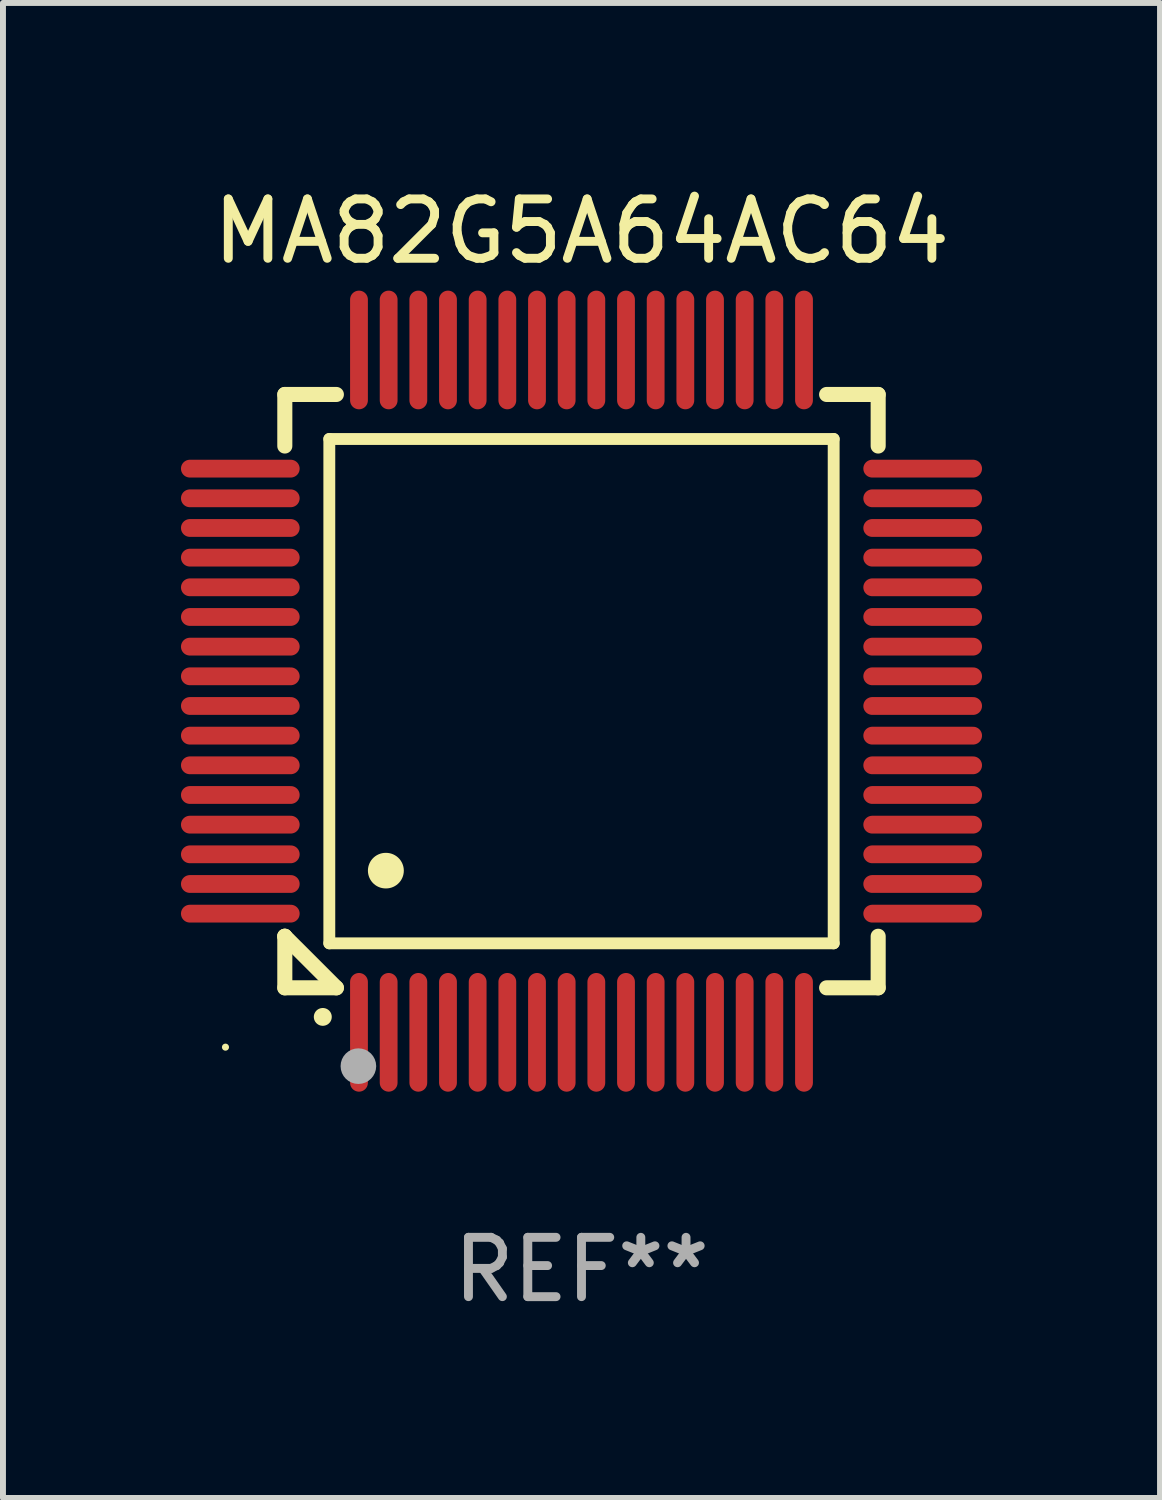
<source format=kicad_pcb>
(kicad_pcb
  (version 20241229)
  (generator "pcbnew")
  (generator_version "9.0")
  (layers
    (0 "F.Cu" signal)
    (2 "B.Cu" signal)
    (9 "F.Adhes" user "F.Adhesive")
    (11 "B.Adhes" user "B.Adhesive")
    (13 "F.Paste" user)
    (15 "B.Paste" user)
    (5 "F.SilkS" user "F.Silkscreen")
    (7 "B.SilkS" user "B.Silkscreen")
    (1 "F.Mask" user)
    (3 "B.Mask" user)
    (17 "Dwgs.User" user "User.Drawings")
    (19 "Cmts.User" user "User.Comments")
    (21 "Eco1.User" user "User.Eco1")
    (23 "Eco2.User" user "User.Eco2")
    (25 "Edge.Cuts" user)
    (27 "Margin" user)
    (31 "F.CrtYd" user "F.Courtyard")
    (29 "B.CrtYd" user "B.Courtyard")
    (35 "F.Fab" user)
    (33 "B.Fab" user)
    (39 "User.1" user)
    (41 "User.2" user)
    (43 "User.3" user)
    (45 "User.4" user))
  (footprint "MA82G5A64AC64"
    (layer "F.Cu")
    (at 6.75 8.598)
    (property "Reference" "MA82G5A64AC64" (at 0 -7.75 0) (layer "F.SilkS") (effects (font (size 1 1) (thickness 0.15))))
    (attr through_hole)
    (fp_line (start -5 -5) (end -4.131 -5) (stroke (width 0.254) (type solid)) (layer "F.SilkS"))
    (fp_line (start -5 -4.131) (end -5 -5) (stroke (width 0.254) (type solid)) (layer "F.SilkS"))
    (fp_line (start -5 4.131) (end -5 4.131) (stroke (width 0.254) (type solid)) (layer "F.SilkS"))
    (fp_line (start -5 5) (end -5 4.131) (stroke (width 0.254) (type solid)) (layer "F.SilkS"))
    (fp_line (start -5 4.131) (end -4.131 5) (stroke (width 0.254) (type solid)) (layer "F.SilkS"))
    (fp_line (start -4.25 -4.25) (end -4.25 4.25) (stroke (width 0.2) (type solid)) (layer "F.SilkS"))
    (fp_line (start -4.25 4.25) (end 4.25 4.25) (stroke (width 0.2) (type solid)) (layer "F.SilkS"))
    (fp_line (start -4.131 5) (end -5 5) (stroke (width 0.254) (type solid)) (layer "F.SilkS"))
    (fp_line (start 4.25 -4.25) (end -4.25 -4.25) (stroke (width 0.2) (type solid)) (layer "F.SilkS"))
    (fp_line (start 4.25 4.25) (end 4.25 -4.25) (stroke (width 0.2) (type solid)) (layer "F.SilkS"))
    (fp_line (start 5 -5) (end 4.131 -5) (stroke (width 0.254) (type solid)) (layer "F.SilkS"))
    (fp_line (start 5 -5) (end 5 -4.131) (stroke (width 0.254) (type solid)) (layer "F.SilkS"))
    (fp_line (start 5 4.131) (end 5 5) (stroke (width 0.254) (type solid)) (layer "F.SilkS"))
    (fp_line (start 5 5) (end 4.131 5) (stroke (width 0.254) (type solid)) (layer "F.SilkS"))
    (fp_arc (start -4.361265 5.489992) (mid -4.359995 5.489987) (end -4.358725 5.489992) (stroke (width 0.3) (type solid)) (layer "F.SilkS"))
    (fp_arc (start -3.299467 3.025146) (mid -3.296927 3.025135) (end -3.294387 3.025146) (stroke (width 0.6) (type solid)) (layer "F.SilkS"))
    (fp_circle (center -6 6) (end -5.97 6) (stroke (width 0.06) (type solid)) (fill no) (layer "F.SilkS"))
    (fp_circle (center -3.76 6.32) (end -3.61 6.32) (stroke (width 0.3) (type solid)) (fill no) (layer "F.Fab"))
    (fp_text user "REF**" (at 0 9.75 0) (layer "F.Fab") (effects (font (size 1 1) (thickness 0.15))))
    (pad "1" smd oval (at -3.75 5.75) (size 0.3 2) (layers "F.Cu" "F.Mask" "F.Paste"))
    (pad "2" smd oval (at -3.25 5.75) (size 0.3 2) (layers "F.Cu" "F.Mask" "F.Paste"))
    (pad "3" smd oval (at -2.75 5.75) (size 0.3 2) (layers "F.Cu" "F.Mask" "F.Paste"))
    (pad "4" smd oval (at -2.25 5.75) (size 0.3 2) (layers "F.Cu" "F.Mask" "F.Paste"))
    (pad "5" smd oval (at -1.75 5.75) (size 0.3 2) (layers "F.Cu" "F.Mask" "F.Paste"))
    (pad "6" smd oval (at -1.25 5.75) (size 0.3 2) (layers "F.Cu" "F.Mask" "F.Paste"))
    (pad "7" smd oval (at -0.75 5.75) (size 0.3 2) (layers "F.Cu" "F.Mask" "F.Paste"))
    (pad "8" smd oval (at -0.25 5.75) (size 0.3 2) (layers "F.Cu" "F.Mask" "F.Paste"))
    (pad "9" smd oval (at 0.25 5.75) (size 0.3 2) (layers "F.Cu" "F.Mask" "F.Paste"))
    (pad "10" smd oval (at 0.75 5.75) (size 0.3 2) (layers "F.Cu" "F.Mask" "F.Paste"))
    (pad "11" smd oval (at 1.25 5.75) (size 0.3 2) (layers "F.Cu" "F.Mask" "F.Paste"))
    (pad "12" smd oval (at 1.75 5.75) (size 0.3 2) (layers "F.Cu" "F.Mask" "F.Paste"))
    (pad "13" smd oval (at 2.25 5.75) (size 0.3 2) (layers "F.Cu" "F.Mask" "F.Paste"))
    (pad "14" smd oval (at 2.75 5.75) (size 0.3 2) (layers "F.Cu" "F.Mask" "F.Paste"))
    (pad "15" smd oval (at 3.25 5.75) (size 0.3 2) (layers "F.Cu" "F.Mask" "F.Paste"))
    (pad "16" smd oval (at 3.75 5.75) (size 0.3 2) (layers "F.Cu" "F.Mask" "F.Paste"))
    (pad "17" smd oval (at 5.75 3.75) (size 2 0.3) (layers "F.Cu" "F.Mask" "F.Paste"))
    (pad "18" smd oval (at 5.75 3.25) (size 2 0.3) (layers "F.Cu" "F.Mask" "F.Paste"))
    (pad "19" smd oval (at 5.75 2.75) (size 2 0.3) (layers "F.Cu" "F.Mask" "F.Paste"))
    (pad "20" smd oval (at 5.75 2.25) (size 2 0.3) (layers "F.Cu" "F.Mask" "F.Paste"))
    (pad "21" smd oval (at 5.75 1.75) (size 2 0.3) (layers "F.Cu" "F.Mask" "F.Paste"))
    (pad "22" smd oval (at 5.75 1.25) (size 2 0.3) (layers "F.Cu" "F.Mask" "F.Paste"))
    (pad "23" smd oval (at 5.75 0.75) (size 2 0.3) (layers "F.Cu" "F.Mask" "F.Paste"))
    (pad "24" smd oval (at 5.75 0.25) (size 2 0.3) (layers "F.Cu" "F.Mask" "F.Paste"))
    (pad "25" smd oval (at 5.75 -0.25) (size 2 0.3) (layers "F.Cu" "F.Mask" "F.Paste"))
    (pad "26" smd oval (at 5.75 -0.75) (size 2 0.3) (layers "F.Cu" "F.Mask" "F.Paste"))
    (pad "27" smd oval (at 5.75 -1.25) (size 2 0.3) (layers "F.Cu" "F.Mask" "F.Paste"))
    (pad "28" smd oval (at 5.75 -1.75) (size 2 0.3) (layers "F.Cu" "F.Mask" "F.Paste"))
    (pad "29" smd oval (at 5.75 -2.25) (size 2 0.3) (layers "F.Cu" "F.Mask" "F.Paste"))
    (pad "30" smd oval (at 5.75 -2.75) (size 2 0.3) (layers "F.Cu" "F.Mask" "F.Paste"))
    (pad "31" smd oval (at 5.75 -3.25) (size 2 0.3) (layers "F.Cu" "F.Mask" "F.Paste"))
    (pad "32" smd oval (at 5.75 -3.75) (size 2 0.3) (layers "F.Cu" "F.Mask" "F.Paste"))
    (pad "33" smd oval (at 3.75 -5.75) (size 0.3 2) (layers "F.Cu" "F.Mask" "F.Paste"))
    (pad "34" smd oval (at 3.25 -5.75) (size 0.3 2) (layers "F.Cu" "F.Mask" "F.Paste"))
    (pad "35" smd oval (at 2.75 -5.75) (size 0.3 2) (layers "F.Cu" "F.Mask" "F.Paste"))
    (pad "36" smd oval (at 2.25 -5.75) (size 0.3 2) (layers "F.Cu" "F.Mask" "F.Paste"))
    (pad "37" smd oval (at 1.75 -5.75) (size 0.3 2) (layers "F.Cu" "F.Mask" "F.Paste"))
    (pad "38" smd oval (at 1.25 -5.75) (size 0.3 2) (layers "F.Cu" "F.Mask" "F.Paste"))
    (pad "39" smd oval (at 0.75 -5.75) (size 0.3 2) (layers "F.Cu" "F.Mask" "F.Paste"))
    (pad "40" smd oval (at 0.25 -5.75) (size 0.3 2) (layers "F.Cu" "F.Mask" "F.Paste"))
    (pad "41" smd oval (at -0.25 -5.75) (size 0.3 2) (layers "F.Cu" "F.Mask" "F.Paste"))
    (pad "42" smd oval (at -0.75 -5.75) (size 0.3 2) (layers "F.Cu" "F.Mask" "F.Paste"))
    (pad "43" smd oval (at -1.25 -5.75) (size 0.3 2) (layers "F.Cu" "F.Mask" "F.Paste"))
    (pad "44" smd oval (at -1.75 -5.75) (size 0.3 2) (layers "F.Cu" "F.Mask" "F.Paste"))
    (pad "45" smd oval (at -2.25 -5.75) (size 0.3 2) (layers "F.Cu" "F.Mask" "F.Paste"))
    (pad "46" smd oval (at -2.75 -5.75) (size 0.3 2) (layers "F.Cu" "F.Mask" "F.Paste"))
    (pad "47" smd oval (at -3.25 -5.75) (size 0.3 2) (layers "F.Cu" "F.Mask" "F.Paste"))
    (pad "48" smd oval (at -3.75 -5.75) (size 0.3 2) (layers "F.Cu" "F.Mask" "F.Paste"))
    (pad "49" smd oval (at -5.75 -3.75) (size 2 0.3) (layers "F.Cu" "F.Mask" "F.Paste"))
    (pad "50" smd oval (at -5.75 -3.25) (size 2 0.3) (layers "F.Cu" "F.Mask" "F.Paste"))
    (pad "51" smd oval (at -5.75 -2.75) (size 2 0.3) (layers "F.Cu" "F.Mask" "F.Paste"))
    (pad "52" smd oval (at -5.75 -2.25) (size 2 0.3) (layers "F.Cu" "F.Mask" "F.Paste"))
    (pad "53" smd oval (at -5.75 -1.75) (size 2 0.3) (layers "F.Cu" "F.Mask" "F.Paste"))
    (pad "54" smd oval (at -5.75 -1.25) (size 2 0.3) (layers "F.Cu" "F.Mask" "F.Paste"))
    (pad "55" smd oval (at -5.75 -0.75) (size 2 0.3) (layers "F.Cu" "F.Mask" "F.Paste"))
    (pad "56" smd oval (at -5.75 -0.25) (size 2 0.3) (layers "F.Cu" "F.Mask" "F.Paste"))
    (pad "57" smd oval (at -5.75 0.25) (size 2 0.3) (layers "F.Cu" "F.Mask" "F.Paste"))
    (pad "58" smd oval (at -5.75 0.75) (size 2 0.3) (layers "F.Cu" "F.Mask" "F.Paste"))
    (pad "59" smd oval (at -5.75 1.25) (size 2 0.3) (layers "F.Cu" "F.Mask" "F.Paste"))
    (pad "60" smd oval (at -5.75 1.75) (size 2 0.3) (layers "F.Cu" "F.Mask" "F.Paste"))
    (pad "61" smd oval (at -5.75 2.25) (size 2 0.3) (layers "F.Cu" "F.Mask" "F.Paste"))
    (pad "62" smd oval (at -5.75 2.75) (size 2 0.3) (layers "F.Cu" "F.Mask" "F.Paste"))
    (pad "63" smd oval (at -5.75 3.25) (size 2 0.3) (layers "F.Cu" "F.Mask" "F.Paste"))
    (pad "64" smd oval (at -5.75 3.75) (size 2 0.3) (layers "F.Cu" "F.Mask" "F.Paste")))
  (gr_rect
    (start -3 -3)
    (end 16.5 22.196)
    (stroke (width 0.1) (type default))
    (fill no)
    (layer "Edge.Cuts")))
</source>
